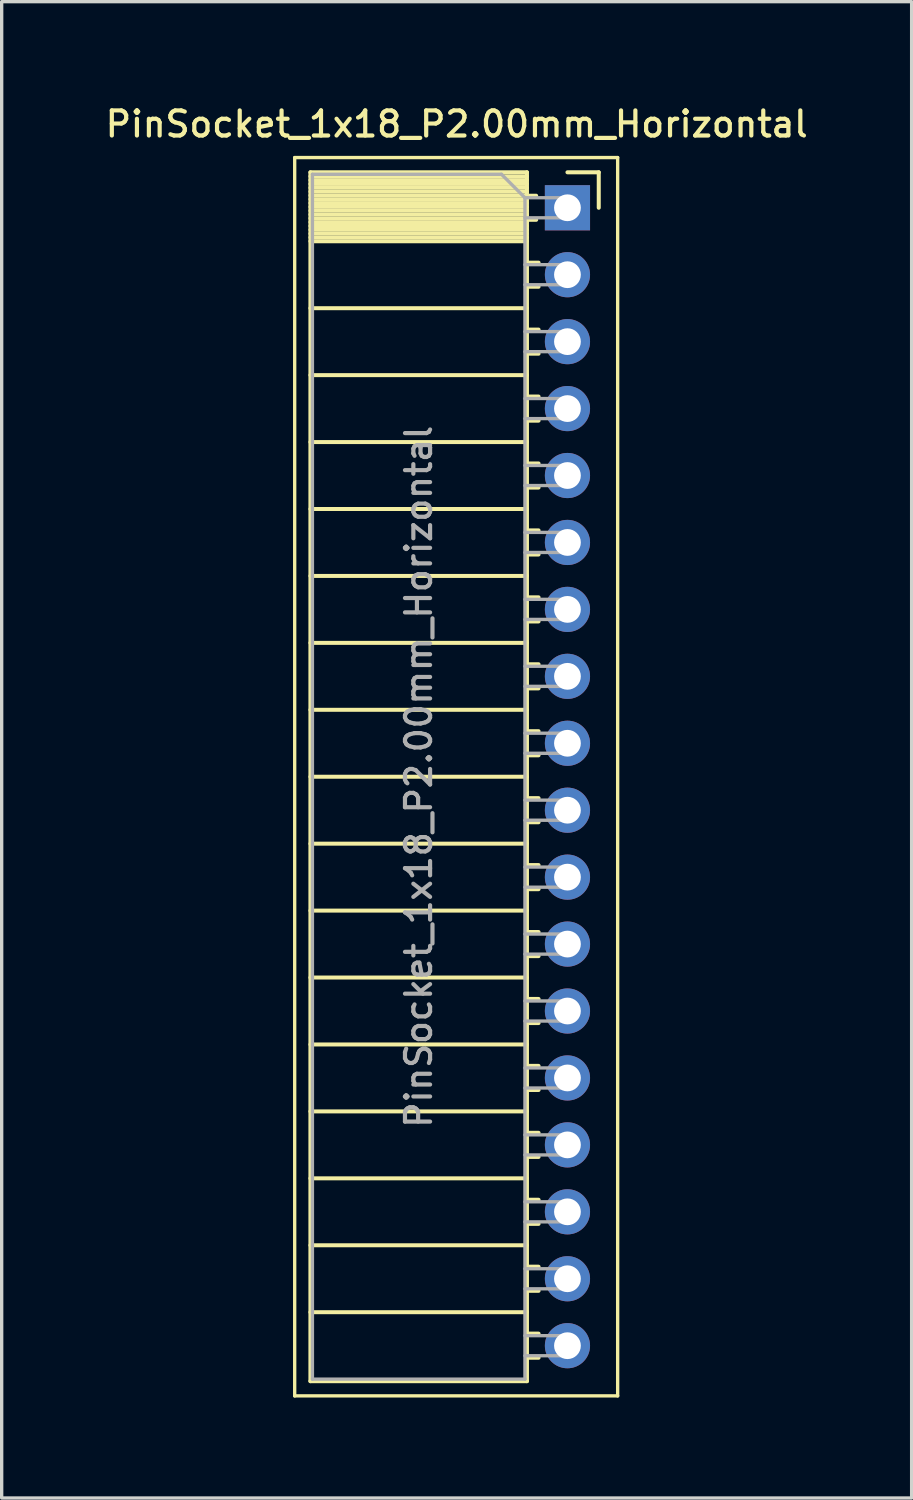
<source format=kicad_pcb>
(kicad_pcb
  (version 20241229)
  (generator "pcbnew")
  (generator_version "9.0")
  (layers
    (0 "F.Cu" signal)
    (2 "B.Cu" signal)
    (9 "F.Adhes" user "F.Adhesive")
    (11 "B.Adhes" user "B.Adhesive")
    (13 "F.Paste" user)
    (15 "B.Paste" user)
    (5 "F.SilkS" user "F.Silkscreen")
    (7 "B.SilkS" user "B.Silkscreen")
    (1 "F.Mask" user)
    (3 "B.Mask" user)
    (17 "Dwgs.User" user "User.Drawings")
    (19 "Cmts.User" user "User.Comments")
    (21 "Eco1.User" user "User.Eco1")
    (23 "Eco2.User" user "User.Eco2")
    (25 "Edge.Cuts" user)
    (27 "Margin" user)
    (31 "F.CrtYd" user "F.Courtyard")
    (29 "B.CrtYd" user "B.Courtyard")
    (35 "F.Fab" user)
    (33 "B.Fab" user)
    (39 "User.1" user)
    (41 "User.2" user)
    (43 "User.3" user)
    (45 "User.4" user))
  (footprint "PinSocket_1x18_P2.00mm_Horizontal"
    (layer "F.Cu")
    (at 13.905 3.158)
    (property "Reference" "PinSocket_1x18_P2.00mm_Horizontal" (at -3.31 -2.5 0) (layer "F.SilkS") (effects (font (size 0.75 0.75) (thickness 0.125))))
    (attr through_hole)
    (fp_line (start -8.15 -1.5) (end -8.15 35.5) (stroke (width 0.1) (type solid)) (layer "F.SilkS"))
    (fp_line (start -8.15 35.5) (end 1.5 35.5) (stroke (width 0.1) (type solid)) (layer "F.SilkS"))
    (fp_line (start -7.68 -1.06) (end -7.68 35.06) (stroke (width 0.12) (type solid)) (layer "F.SilkS"))
    (fp_line (start -7.68 -1.06) (end -1.21 -1.06) (stroke (width 0.12) (type solid)) (layer "F.SilkS"))
    (fp_line (start -7.68 -0.94) (end -1.21 -0.94) (stroke (width 0.12) (type solid)) (layer "F.SilkS"))
    (fp_line (start -7.68 -0.826) (end -1.21 -0.826) (stroke (width 0.12) (type solid)) (layer "F.SilkS"))
    (fp_line (start -7.68 -0.712) (end -1.21 -0.712) (stroke (width 0.12) (type solid)) (layer "F.SilkS"))
    (fp_line (start -7.68 -0.598) (end -1.21 -0.598) (stroke (width 0.12) (type solid)) (layer "F.SilkS"))
    (fp_line (start -7.68 -0.484) (end -1.21 -0.484) (stroke (width 0.12) (type solid)) (layer "F.SilkS"))
    (fp_line (start -7.68 -0.369) (end -1.21 -0.369) (stroke (width 0.12) (type solid)) (layer "F.SilkS"))
    (fp_line (start -7.68 -0.255) (end -1.21 -0.255) (stroke (width 0.12) (type solid)) (layer "F.SilkS"))
    (fp_line (start -7.68 -0.141) (end -1.21 -0.141) (stroke (width 0.12) (type solid)) (layer "F.SilkS"))
    (fp_line (start -7.68 -0.027) (end -1.21 -0.027) (stroke (width 0.12) (type solid)) (layer "F.SilkS"))
    (fp_line (start -7.68 0.087) (end -1.21 0.087) (stroke (width 0.12) (type solid)) (layer "F.SilkS"))
    (fp_line (start -7.68 0.201) (end -1.21 0.201) (stroke (width 0.12) (type solid)) (layer "F.SilkS"))
    (fp_line (start -7.68 0.315) (end -1.21 0.315) (stroke (width 0.12) (type solid)) (layer "F.SilkS"))
    (fp_line (start -7.68 0.429) (end -1.21 0.429) (stroke (width 0.12) (type solid)) (layer "F.SilkS"))
    (fp_line (start -7.68 0.544) (end -1.21 0.544) (stroke (width 0.12) (type solid)) (layer "F.SilkS"))
    (fp_line (start -7.68 0.658) (end -1.21 0.658) (stroke (width 0.12) (type solid)) (layer "F.SilkS"))
    (fp_line (start -7.68 0.772) (end -1.21 0.772) (stroke (width 0.12) (type solid)) (layer "F.SilkS"))
    (fp_line (start -7.68 0.886) (end -1.21 0.886) (stroke (width 0.12) (type solid)) (layer "F.SilkS"))
    (fp_line (start -7.68 1) (end -1.21 1) (stroke (width 0.12) (type solid)) (layer "F.SilkS"))
    (fp_line (start -7.68 3) (end -1.21 3) (stroke (width 0.12) (type solid)) (layer "F.SilkS"))
    (fp_line (start -7.68 5) (end -1.21 5) (stroke (width 0.12) (type solid)) (layer "F.SilkS"))
    (fp_line (start -7.68 7) (end -1.21 7) (stroke (width 0.12) (type solid)) (layer "F.SilkS"))
    (fp_line (start -7.68 9) (end -1.21 9) (stroke (width 0.12) (type solid)) (layer "F.SilkS"))
    (fp_line (start -7.68 11) (end -1.21 11) (stroke (width 0.12) (type solid)) (layer "F.SilkS"))
    (fp_line (start -7.68 13) (end -1.21 13) (stroke (width 0.12) (type solid)) (layer "F.SilkS"))
    (fp_line (start -7.68 15) (end -1.21 15) (stroke (width 0.12) (type solid)) (layer "F.SilkS"))
    (fp_line (start -7.68 17) (end -1.21 17) (stroke (width 0.12) (type solid)) (layer "F.SilkS"))
    (fp_line (start -7.68 19) (end -1.21 19) (stroke (width 0.12) (type solid)) (layer "F.SilkS"))
    (fp_line (start -7.68 21) (end -1.21 21) (stroke (width 0.12) (type solid)) (layer "F.SilkS"))
    (fp_line (start -7.68 23) (end -1.21 23) (stroke (width 0.12) (type solid)) (layer "F.SilkS"))
    (fp_line (start -7.68 25) (end -1.21 25) (stroke (width 0.12) (type solid)) (layer "F.SilkS"))
    (fp_line (start -7.68 27) (end -1.21 27) (stroke (width 0.12) (type solid)) (layer "F.SilkS"))
    (fp_line (start -7.68 29) (end -1.21 29) (stroke (width 0.12) (type solid)) (layer "F.SilkS"))
    (fp_line (start -7.68 31) (end -1.21 31) (stroke (width 0.12) (type solid)) (layer "F.SilkS"))
    (fp_line (start -7.68 33) (end -1.21 33) (stroke (width 0.12) (type solid)) (layer "F.SilkS"))
    (fp_line (start -7.68 35.06) (end -1.21 35.06) (stroke (width 0.12) (type solid)) (layer "F.SilkS"))
    (fp_line (start -1.21 -1.06) (end -1.21 35.06) (stroke (width 0.12) (type solid)) (layer "F.SilkS"))
    (fp_line (start -1.21 -0.36) (end -0.935 -0.36) (stroke (width 0.12) (type solid)) (layer "F.SilkS"))
    (fp_line (start -1.21 0.36) (end -0.935 0.36) (stroke (width 0.12) (type solid)) (layer "F.SilkS"))
    (fp_line (start -1.21 1.64) (end -0.863 1.64) (stroke (width 0.12) (type solid)) (layer "F.SilkS"))
    (fp_line (start -1.21 2.36) (end -0.863 2.36) (stroke (width 0.12) (type solid)) (layer "F.SilkS"))
    (fp_line (start -1.21 3.64) (end -0.863 3.64) (stroke (width 0.12) (type solid)) (layer "F.SilkS"))
    (fp_line (start -1.21 4.36) (end -0.863 4.36) (stroke (width 0.12) (type solid)) (layer "F.SilkS"))
    (fp_line (start -1.21 5.64) (end -0.863 5.64) (stroke (width 0.12) (type solid)) (layer "F.SilkS"))
    (fp_line (start -1.21 6.36) (end -0.863 6.36) (stroke (width 0.12) (type solid)) (layer "F.SilkS"))
    (fp_line (start -1.21 7.64) (end -0.863 7.64) (stroke (width 0.12) (type solid)) (layer "F.SilkS"))
    (fp_line (start -1.21 8.36) (end -0.863 8.36) (stroke (width 0.12) (type solid)) (layer "F.SilkS"))
    (fp_line (start -1.21 9.64) (end -0.863 9.64) (stroke (width 0.12) (type solid)) (layer "F.SilkS"))
    (fp_line (start -1.21 10.36) (end -0.863 10.36) (stroke (width 0.12) (type solid)) (layer "F.SilkS"))
    (fp_line (start -1.21 11.64) (end -0.863 11.64) (stroke (width 0.12) (type solid)) (layer "F.SilkS"))
    (fp_line (start -1.21 12.36) (end -0.863 12.36) (stroke (width 0.12) (type solid)) (layer "F.SilkS"))
    (fp_line (start -1.21 13.64) (end -0.863 13.64) (stroke (width 0.12) (type solid)) (layer "F.SilkS"))
    (fp_line (start -1.21 14.36) (end -0.863 14.36) (stroke (width 0.12) (type solid)) (layer "F.SilkS"))
    (fp_line (start -1.21 15.64) (end -0.863 15.64) (stroke (width 0.12) (type solid)) (layer "F.SilkS"))
    (fp_line (start -1.21 16.36) (end -0.863 16.36) (stroke (width 0.12) (type solid)) (layer "F.SilkS"))
    (fp_line (start -1.21 17.64) (end -0.863 17.64) (stroke (width 0.12) (type solid)) (layer "F.SilkS"))
    (fp_line (start -1.21 18.36) (end -0.863 18.36) (stroke (width 0.12) (type solid)) (layer "F.SilkS"))
    (fp_line (start -1.21 19.64) (end -0.863 19.64) (stroke (width 0.12) (type solid)) (layer "F.SilkS"))
    (fp_line (start -1.21 20.36) (end -0.863 20.36) (stroke (width 0.12) (type solid)) (layer "F.SilkS"))
    (fp_line (start -1.21 21.64) (end -0.863 21.64) (stroke (width 0.12) (type solid)) (layer "F.SilkS"))
    (fp_line (start -1.21 22.36) (end -0.863 22.36) (stroke (width 0.12) (type solid)) (layer "F.SilkS"))
    (fp_line (start -1.21 23.64) (end -0.863 23.64) (stroke (width 0.12) (type solid)) (layer "F.SilkS"))
    (fp_line (start -1.21 24.36) (end -0.863 24.36) (stroke (width 0.12) (type solid)) (layer "F.SilkS"))
    (fp_line (start -1.21 25.64) (end -0.863 25.64) (stroke (width 0.12) (type solid)) (layer "F.SilkS"))
    (fp_line (start -1.21 26.36) (end -0.863 26.36) (stroke (width 0.12) (type solid)) (layer "F.SilkS"))
    (fp_line (start -1.21 27.64) (end -0.863 27.64) (stroke (width 0.12) (type solid)) (layer "F.SilkS"))
    (fp_line (start -1.21 28.36) (end -0.863 28.36) (stroke (width 0.12) (type solid)) (layer "F.SilkS"))
    (fp_line (start -1.21 29.64) (end -0.863 29.64) (stroke (width 0.12) (type solid)) (layer "F.SilkS"))
    (fp_line (start -1.21 30.36) (end -0.863 30.36) (stroke (width 0.12) (type solid)) (layer "F.SilkS"))
    (fp_line (start -1.21 31.64) (end -0.863 31.64) (stroke (width 0.12) (type solid)) (layer "F.SilkS"))
    (fp_line (start -1.21 32.36) (end -0.863 32.36) (stroke (width 0.12) (type solid)) (layer "F.SilkS"))
    (fp_line (start -1.21 33.64) (end -0.863 33.64) (stroke (width 0.12) (type solid)) (layer "F.SilkS"))
    (fp_line (start -1.21 34.36) (end -0.863 34.36) (stroke (width 0.12) (type solid)) (layer "F.SilkS"))
    (fp_line (start 0 -1.06) (end 0.935 -1.06) (stroke (width 0.12) (type solid)) (layer "F.SilkS"))
    (fp_line (start 0.935 -1.06) (end 0.935 0) (stroke (width 0.12) (type solid)) (layer "F.SilkS"))
    (fp_line (start 1.5 -1.5) (end -8.15 -1.5) (stroke (width 0.1) (type solid)) (layer "F.SilkS"))
    (fp_line (start 1.5 35.5) (end 1.5 -1.5) (stroke (width 0.1) (type solid)) (layer "F.SilkS"))
    (fp_line (start -7.62 -1) (end -1.97 -1) (stroke (width 0.1) (type solid)) (layer "F.Fab"))
    (fp_line (start -7.62 35) (end -7.62 -1) (stroke (width 0.1) (type solid)) (layer "F.Fab"))
    (fp_line (start -1.97 -1) (end -1.27 -0.3) (stroke (width 0.1) (type solid)) (layer "F.Fab"))
    (fp_line (start -1.27 -0.3) (end -1.27 35) (stroke (width 0.1) (type solid)) (layer "F.Fab"))
    (fp_line (start -1.27 0.3) (end 0 0.3) (stroke (width 0.1) (type solid)) (layer "F.Fab"))
    (fp_line (start -1.27 2.3) (end 0 2.3) (stroke (width 0.1) (type solid)) (layer "F.Fab"))
    (fp_line (start -1.27 4.3) (end 0 4.3) (stroke (width 0.1) (type solid)) (layer "F.Fab"))
    (fp_line (start -1.27 6.3) (end 0 6.3) (stroke (width 0.1) (type solid)) (layer "F.Fab"))
    (fp_line (start -1.27 8.3) (end 0 8.3) (stroke (width 0.1) (type solid)) (layer "F.Fab"))
    (fp_line (start -1.27 10.3) (end 0 10.3) (stroke (width 0.1) (type solid)) (layer "F.Fab"))
    (fp_line (start -1.27 12.3) (end 0 12.3) (stroke (width 0.1) (type solid)) (layer "F.Fab"))
    (fp_line (start -1.27 14.3) (end 0 14.3) (stroke (width 0.1) (type solid)) (layer "F.Fab"))
    (fp_line (start -1.27 16.3) (end 0 16.3) (stroke (width 0.1) (type solid)) (layer "F.Fab"))
    (fp_line (start -1.27 18.3) (end 0 18.3) (stroke (width 0.1) (type solid)) (layer "F.Fab"))
    (fp_line (start -1.27 20.3) (end 0 20.3) (stroke (width 0.1) (type solid)) (layer "F.Fab"))
    (fp_line (start -1.27 22.3) (end 0 22.3) (stroke (width 0.1) (type solid)) (layer "F.Fab"))
    (fp_line (start -1.27 24.3) (end 0 24.3) (stroke (width 0.1) (type solid)) (layer "F.Fab"))
    (fp_line (start -1.27 26.3) (end 0 26.3) (stroke (width 0.1) (type solid)) (layer "F.Fab"))
    (fp_line (start -1.27 28.3) (end 0 28.3) (stroke (width 0.1) (type solid)) (layer "F.Fab"))
    (fp_line (start -1.27 30.3) (end 0 30.3) (stroke (width 0.1) (type solid)) (layer "F.Fab"))
    (fp_line (start -1.27 32.3) (end 0 32.3) (stroke (width 0.1) (type solid)) (layer "F.Fab"))
    (fp_line (start -1.27 34.3) (end 0 34.3) (stroke (width 0.1) (type solid)) (layer "F.Fab"))
    (fp_line (start -1.27 35) (end -7.62 35) (stroke (width 0.1) (type solid)) (layer "F.Fab"))
    (fp_line (start 0 -0.3) (end -1.27 -0.3) (stroke (width 0.1) (type solid)) (layer "F.Fab"))
    (fp_line (start 0 0.3) (end 0 -0.3) (stroke (width 0.1) (type solid)) (layer "F.Fab"))
    (fp_line (start 0 1.7) (end -1.27 1.7) (stroke (width 0.1) (type solid)) (layer "F.Fab"))
    (fp_line (start 0 2.3) (end 0 1.7) (stroke (width 0.1) (type solid)) (layer "F.Fab"))
    (fp_line (start 0 3.7) (end -1.27 3.7) (stroke (width 0.1) (type solid)) (layer "F.Fab"))
    (fp_line (start 0 4.3) (end 0 3.7) (stroke (width 0.1) (type solid)) (layer "F.Fab"))
    (fp_line (start 0 5.7) (end -1.27 5.7) (stroke (width 0.1) (type solid)) (layer "F.Fab"))
    (fp_line (start 0 6.3) (end 0 5.7) (stroke (width 0.1) (type solid)) (layer "F.Fab"))
    (fp_line (start 0 7.7) (end -1.27 7.7) (stroke (width 0.1) (type solid)) (layer "F.Fab"))
    (fp_line (start 0 8.3) (end 0 7.7) (stroke (width 0.1) (type solid)) (layer "F.Fab"))
    (fp_line (start 0 9.7) (end -1.27 9.7) (stroke (width 0.1) (type solid)) (layer "F.Fab"))
    (fp_line (start 0 10.3) (end 0 9.7) (stroke (width 0.1) (type solid)) (layer "F.Fab"))
    (fp_line (start 0 11.7) (end -1.27 11.7) (stroke (width 0.1) (type solid)) (layer "F.Fab"))
    (fp_line (start 0 12.3) (end 0 11.7) (stroke (width 0.1) (type solid)) (layer "F.Fab"))
    (fp_line (start 0 13.7) (end -1.27 13.7) (stroke (width 0.1) (type solid)) (layer "F.Fab"))
    (fp_line (start 0 14.3) (end 0 13.7) (stroke (width 0.1) (type solid)) (layer "F.Fab"))
    (fp_line (start 0 15.7) (end -1.27 15.7) (stroke (width 0.1) (type solid)) (layer "F.Fab"))
    (fp_line (start 0 16.3) (end 0 15.7) (stroke (width 0.1) (type solid)) (layer "F.Fab"))
    (fp_line (start 0 17.7) (end -1.27 17.7) (stroke (width 0.1) (type solid)) (layer "F.Fab"))
    (fp_line (start 0 18.3) (end 0 17.7) (stroke (width 0.1) (type solid)) (layer "F.Fab"))
    (fp_line (start 0 19.7) (end -1.27 19.7) (stroke (width 0.1) (type solid)) (layer "F.Fab"))
    (fp_line (start 0 20.3) (end 0 19.7) (stroke (width 0.1) (type solid)) (layer "F.Fab"))
    (fp_line (start 0 21.7) (end -1.27 21.7) (stroke (width 0.1) (type solid)) (layer "F.Fab"))
    (fp_line (start 0 22.3) (end 0 21.7) (stroke (width 0.1) (type solid)) (layer "F.Fab"))
    (fp_line (start 0 23.7) (end -1.27 23.7) (stroke (width 0.1) (type solid)) (layer "F.Fab"))
    (fp_line (start 0 24.3) (end 0 23.7) (stroke (width 0.1) (type solid)) (layer "F.Fab"))
    (fp_line (start 0 25.7) (end -1.27 25.7) (stroke (width 0.1) (type solid)) (layer "F.Fab"))
    (fp_line (start 0 26.3) (end 0 25.7) (stroke (width 0.1) (type solid)) (layer "F.Fab"))
    (fp_line (start 0 27.7) (end -1.27 27.7) (stroke (width 0.1) (type solid)) (layer "F.Fab"))
    (fp_line (start 0 28.3) (end 0 27.7) (stroke (width 0.1) (type solid)) (layer "F.Fab"))
    (fp_line (start 0 29.7) (end -1.27 29.7) (stroke (width 0.1) (type solid)) (layer "F.Fab"))
    (fp_line (start 0 30.3) (end 0 29.7) (stroke (width 0.1) (type solid)) (layer "F.Fab"))
    (fp_line (start 0 31.7) (end -1.27 31.7) (stroke (width 0.1) (type solid)) (layer "F.Fab"))
    (fp_line (start 0 32.3) (end 0 31.7) (stroke (width 0.1) (type solid)) (layer "F.Fab"))
    (fp_line (start 0 33.7) (end -1.27 33.7) (stroke (width 0.1) (type solid)) (layer "F.Fab"))
    (fp_line (start 0 34.3) (end 0 33.7) (stroke (width 0.1) (type solid)) (layer "F.Fab"))
    (fp_text user "${REFERENCE}" (at -4.445 17 90) (layer "F.Fab") (effects (font (size 0.75 0.75) (thickness 0.125))))
    (pad "1" thru_hole rect (at 0 0) (size 1.35 1.35) (drill 0.8) (layers "*.Cu" "*.Mask"))
    (pad "2" thru_hole oval (at 0 2) (size 1.35 1.35) (drill 0.8) (layers "*.Cu" "*.Mask"))
    (pad "3" thru_hole oval (at 0 4) (size 1.35 1.35) (drill 0.8) (layers "*.Cu" "*.Mask"))
    (pad "4" thru_hole oval (at 0 6) (size 1.35 1.35) (drill 0.8) (layers "*.Cu" "*.Mask"))
    (pad "5" thru_hole oval (at 0 8) (size 1.35 1.35) (drill 0.8) (layers "*.Cu" "*.Mask"))
    (pad "6" thru_hole oval (at 0 10) (size 1.35 1.35) (drill 0.8) (layers "*.Cu" "*.Mask"))
    (pad "7" thru_hole oval (at 0 12) (size 1.35 1.35) (drill 0.8) (layers "*.Cu" "*.Mask"))
    (pad "8" thru_hole oval (at 0 14) (size 1.35 1.35) (drill 0.8) (layers "*.Cu" "*.Mask"))
    (pad "9" thru_hole oval (at 0 16) (size 1.35 1.35) (drill 0.8) (layers "*.Cu" "*.Mask"))
    (pad "10" thru_hole oval (at 0 18) (size 1.35 1.35) (drill 0.8) (layers "*.Cu" "*.Mask"))
    (pad "11" thru_hole oval (at 0 20) (size 1.35 1.35) (drill 0.8) (layers "*.Cu" "*.Mask"))
    (pad "12" thru_hole oval (at 0 22) (size 1.35 1.35) (drill 0.8) (layers "*.Cu" "*.Mask"))
    (pad "13" thru_hole oval (at 0 24) (size 1.35 1.35) (drill 0.8) (layers "*.Cu" "*.Mask"))
    (pad "14" thru_hole oval (at 0 26) (size 1.35 1.35) (drill 0.8) (layers "*.Cu" "*.Mask"))
    (pad "15" thru_hole oval (at 0 28) (size 1.35 1.35) (drill 0.8) (layers "*.Cu" "*.Mask"))
    (pad "16" thru_hole oval (at 0 30) (size 1.35 1.35) (drill 0.8) (layers "*.Cu" "*.Mask"))
    (pad "17" thru_hole oval (at 0 32) (size 1.35 1.35) (drill 0.8) (layers "*.Cu" "*.Mask"))
    (pad "18" thru_hole oval (at 0 34) (size 1.35 1.35) (drill 0.8) (layers "*.Cu" "*.Mask")))
  (gr_rect
    (start -3 -3)
    (end 24.189 41.708)
    (stroke (width 0.1) (type default))
    (fill no)
    (layer "Edge.Cuts")))
</source>
